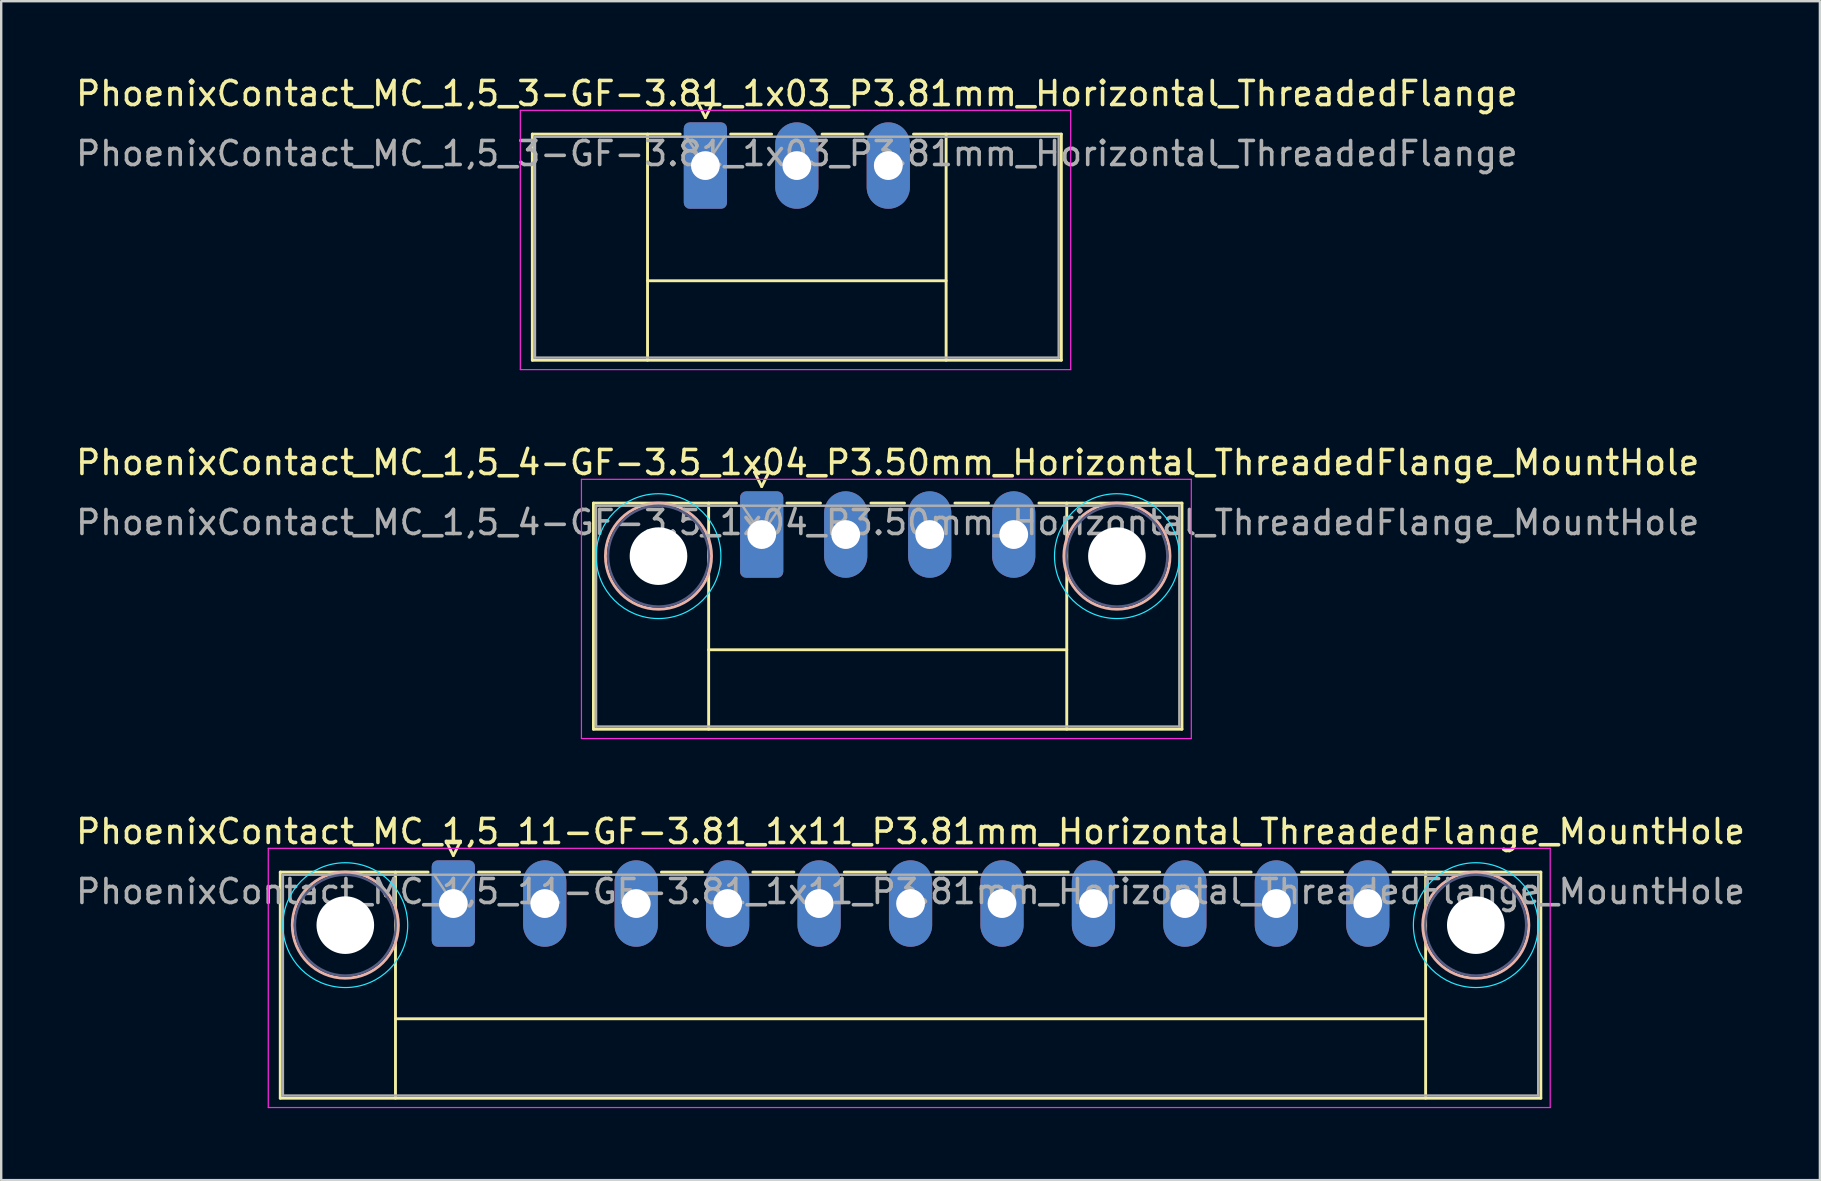
<source format=kicad_pcb>
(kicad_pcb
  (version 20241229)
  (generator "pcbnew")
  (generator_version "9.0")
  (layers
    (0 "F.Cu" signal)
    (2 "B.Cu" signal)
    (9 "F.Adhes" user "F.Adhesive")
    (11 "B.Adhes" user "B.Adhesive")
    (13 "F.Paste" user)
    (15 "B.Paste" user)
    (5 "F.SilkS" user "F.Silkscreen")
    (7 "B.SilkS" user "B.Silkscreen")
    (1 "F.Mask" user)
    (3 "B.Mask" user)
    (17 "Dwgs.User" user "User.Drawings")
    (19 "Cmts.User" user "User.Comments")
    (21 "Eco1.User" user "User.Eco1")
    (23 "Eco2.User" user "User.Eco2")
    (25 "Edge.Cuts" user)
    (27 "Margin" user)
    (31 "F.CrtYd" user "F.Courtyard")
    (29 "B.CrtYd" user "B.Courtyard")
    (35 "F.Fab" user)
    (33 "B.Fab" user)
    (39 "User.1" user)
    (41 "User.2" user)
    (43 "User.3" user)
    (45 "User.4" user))
  (footprint "PhoenixContact_MC_1,5_11-GF-3.81_1x11_P3.81mm_Horizontal_ThreadedFlange_MountHole"
    (layer "F.Cu")
    (at 15.837 34.595)
    (property "Reference" "PhoenixContact_MC_1,5_11-GF-3.81_1x11_P3.81mm_Horizontal_ThreadedFlange_MountHole" (at 19.05 -3 0) (layer "F.SilkS") (effects (font (size 1 1) (thickness 0.15))))
    (attr through_hole)
    (fp_line (start -7.21 -1.31) (end -7.21 8.11) (stroke (width 0.12) (type solid)) (layer "F.SilkS"))
    (fp_line (start -7.21 -1.31) (end -1.05 -1.31) (stroke (width 0.12) (type solid)) (layer "F.SilkS"))
    (fp_line (start -7.21 8.11) (end 45.31 8.11) (stroke (width 0.12) (type solid)) (layer "F.SilkS"))
    (fp_line (start -2.41 -1.31) (end -2.41 8.11) (stroke (width 0.12) (type solid)) (layer "F.SilkS"))
    (fp_line (start -2.41 4.8) (end 40.51 4.8) (stroke (width 0.12) (type solid)) (layer "F.SilkS"))
    (fp_line (start -0.3 -2.6) (end 0.3 -2.6) (stroke (width 0.12) (type solid)) (layer "F.SilkS"))
    (fp_line (start 0 -2) (end -0.3 -2.6) (stroke (width 0.12) (type solid)) (layer "F.SilkS"))
    (fp_line (start 0.3 -2.6) (end 0 -2) (stroke (width 0.12) (type solid)) (layer "F.SilkS"))
    (fp_line (start 1.05 -1.31) (end 2.76 -1.31) (stroke (width 0.12) (type solid)) (layer "F.SilkS"))
    (fp_line (start 4.86 -1.31) (end 6.57 -1.31) (stroke (width 0.12) (type solid)) (layer "F.SilkS"))
    (fp_line (start 8.67 -1.31) (end 10.38 -1.31) (stroke (width 0.12) (type solid)) (layer "F.SilkS"))
    (fp_line (start 12.48 -1.31) (end 14.19 -1.31) (stroke (width 0.12) (type solid)) (layer "F.SilkS"))
    (fp_line (start 16.29 -1.31) (end 18 -1.31) (stroke (width 0.12) (type solid)) (layer "F.SilkS"))
    (fp_line (start 20.1 -1.31) (end 21.81 -1.31) (stroke (width 0.12) (type solid)) (layer "F.SilkS"))
    (fp_line (start 23.91 -1.31) (end 25.62 -1.31) (stroke (width 0.12) (type solid)) (layer "F.SilkS"))
    (fp_line (start 27.72 -1.31) (end 29.43 -1.31) (stroke (width 0.12) (type solid)) (layer "F.SilkS"))
    (fp_line (start 31.53 -1.31) (end 33.24 -1.31) (stroke (width 0.12) (type solid)) (layer "F.SilkS"))
    (fp_line (start 35.34 -1.31) (end 37.05 -1.31) (stroke (width 0.12) (type solid)) (layer "F.SilkS"))
    (fp_line (start 40.51 -1.31) (end 40.51 8.11) (stroke (width 0.12) (type solid)) (layer "F.SilkS"))
    (fp_line (start 45.31 -1.31) (end 39.15 -1.31) (stroke (width 0.12) (type solid)) (layer "F.SilkS"))
    (fp_line (start 45.31 8.11) (end 45.31 -1.31) (stroke (width 0.12) (type solid)) (layer "F.SilkS"))
    (fp_circle (center -4.5 0.9) (end -2.29 0.9) (stroke (width 0.12) (type solid)) (fill no) (layer "B.SilkS"))
    (fp_circle (center 42.6 0.9) (end 44.81 0.9) (stroke (width 0.12) (type solid)) (fill no) (layer "B.SilkS"))
    (fp_circle (center -4.5 0.9) (end -1.9 0.9) (stroke (width 0.05) (type solid)) (fill no) (layer "B.CrtYd"))
    (fp_circle (center 42.6 0.9) (end 45.2 0.9) (stroke (width 0.05) (type solid)) (fill no) (layer "B.CrtYd"))
    (fp_line (start -7.71 -2.3) (end -7.71 8.5) (stroke (width 0.05) (type solid)) (layer "F.CrtYd"))
    (fp_line (start -7.71 8.5) (end 45.7 8.5) (stroke (width 0.05) (type solid)) (layer "F.CrtYd"))
    (fp_line (start 45.7 -2.3) (end -7.71 -2.3) (stroke (width 0.05) (type solid)) (layer "F.CrtYd"))
    (fp_line (start 45.7 8.5) (end 45.7 -2.3) (stroke (width 0.05) (type solid)) (layer "F.CrtYd"))
    (fp_circle (center -4.5 0.9) (end -2.4 0.9) (stroke (width 0.1) (type solid)) (fill no) (layer "B.Fab"))
    (fp_circle (center 42.6 0.9) (end 44.7 0.9) (stroke (width 0.1) (type solid)) (fill no) (layer "B.Fab"))
    (fp_line (start -7.1 -1.2) (end -7.1 8) (stroke (width 0.1) (type solid)) (layer "F.Fab"))
    (fp_line (start -7.1 8) (end 45.2 8) (stroke (width 0.1) (type solid)) (layer "F.Fab"))
    (fp_line (start 0 0) (end -0.8 -1.2) (stroke (width 0.1) (type solid)) (layer "F.Fab"))
    (fp_line (start 0.8 -1.2) (end 0 0) (stroke (width 0.1) (type solid)) (layer "F.Fab"))
    (fp_line (start 45.2 -1.2) (end -7.1 -1.2) (stroke (width 0.1) (type solid)) (layer "F.Fab"))
    (fp_line (start 45.2 8) (end 45.2 -1.2) (stroke (width 0.1) (type solid)) (layer "F.Fab"))
    (fp_text user "${REFERENCE}" (at 19.05 -0.5 0) (layer "F.Fab") (effects (font (size 1 1) (thickness 0.15))))
    (pad "" np_thru_hole circle (at -4.5 0.9) (size 2.4 2.4) (drill 2.4) (layers "*.Cu" "*.Mask"))
    (pad "" np_thru_hole circle (at 42.6 0.9) (size 2.4 2.4) (drill 2.4) (layers "*.Cu" "*.Mask"))
    (pad "1" thru_hole roundrect (at 0 0) (size 1.8 3.6) (drill 1.2) (layers "*.Cu" "*.Mask") (roundrect_rratio 0.139))
    (pad "2" thru_hole oval (at 3.81 0) (size 1.8 3.6) (drill 1.2) (layers "*.Cu" "*.Mask"))
    (pad "3" thru_hole oval (at 7.62 0) (size 1.8 3.6) (drill 1.2) (layers "*.Cu" "*.Mask"))
    (pad "4" thru_hole oval (at 11.43 0) (size 1.8 3.6) (drill 1.2) (layers "*.Cu" "*.Mask"))
    (pad "5" thru_hole oval (at 15.24 0) (size 1.8 3.6) (drill 1.2) (layers "*.Cu" "*.Mask"))
    (pad "6" thru_hole oval (at 19.05 0) (size 1.8 3.6) (drill 1.2) (layers "*.Cu" "*.Mask"))
    (pad "7" thru_hole oval (at 22.86 0) (size 1.8 3.6) (drill 1.2) (layers "*.Cu" "*.Mask"))
    (pad "8" thru_hole oval (at 26.67 0) (size 1.8 3.6) (drill 1.2) (layers "*.Cu" "*.Mask"))
    (pad "9" thru_hole oval (at 30.48 0) (size 1.8 3.6) (drill 1.2) (layers "*.Cu" "*.Mask"))
    (pad "10" thru_hole oval (at 34.29 0) (size 1.8 3.6) (drill 1.2) (layers "*.Cu" "*.Mask"))
    (pad "11" thru_hole oval (at 38.1 0) (size 1.8 3.6) (drill 1.2) (layers "*.Cu" "*.Mask")))
  (footprint "PhoenixContact_MC_1,5_3-GF-3.81_1x03_P3.81mm_Horizontal_ThreadedFlange"
    (layer "F.Cu")
    (at 26.339 3.848)
    (property "Reference" "PhoenixContact_MC_1,5_3-GF-3.81_1x03_P3.81mm_Horizontal_ThreadedFlange" (at 3.81 -3 0) (layer "F.SilkS") (effects (font (size 1 1) (thickness 0.15))))
    (attr through_hole)
    (fp_line (start -7.21 -1.31) (end -7.21 8.11) (stroke (width 0.12) (type solid)) (layer "F.SilkS"))
    (fp_line (start -7.21 -1.31) (end -1.05 -1.31) (stroke (width 0.12) (type solid)) (layer "F.SilkS"))
    (fp_line (start -7.21 8.11) (end 14.83 8.11) (stroke (width 0.12) (type solid)) (layer "F.SilkS"))
    (fp_line (start -2.41 -1.31) (end -2.41 8.11) (stroke (width 0.12) (type solid)) (layer "F.SilkS"))
    (fp_line (start -2.41 4.8) (end 10.03 4.8) (stroke (width 0.12) (type solid)) (layer "F.SilkS"))
    (fp_line (start -0.3 -2.6) (end 0.3 -2.6) (stroke (width 0.12) (type solid)) (layer "F.SilkS"))
    (fp_line (start 0 -2) (end -0.3 -2.6) (stroke (width 0.12) (type solid)) (layer "F.SilkS"))
    (fp_line (start 0.3 -2.6) (end 0 -2) (stroke (width 0.12) (type solid)) (layer "F.SilkS"))
    (fp_line (start 1.05 -1.31) (end 2.76 -1.31) (stroke (width 0.12) (type solid)) (layer "F.SilkS"))
    (fp_line (start 4.86 -1.31) (end 6.57 -1.31) (stroke (width 0.12) (type solid)) (layer "F.SilkS"))
    (fp_line (start 10.03 -1.31) (end 10.03 8.11) (stroke (width 0.12) (type solid)) (layer "F.SilkS"))
    (fp_line (start 14.83 -1.31) (end 8.67 -1.31) (stroke (width 0.12) (type solid)) (layer "F.SilkS"))
    (fp_line (start 14.83 8.11) (end 14.83 -1.31) (stroke (width 0.12) (type solid)) (layer "F.SilkS"))
    (fp_line (start -7.71 -2.3) (end -7.71 8.5) (stroke (width 0.05) (type solid)) (layer "F.CrtYd"))
    (fp_line (start -7.71 8.5) (end 15.22 8.5) (stroke (width 0.05) (type solid)) (layer "F.CrtYd"))
    (fp_line (start 15.22 -2.3) (end -7.71 -2.3) (stroke (width 0.05) (type solid)) (layer "F.CrtYd"))
    (fp_line (start 15.22 8.5) (end 15.22 -2.3) (stroke (width 0.05) (type solid)) (layer "F.CrtYd"))
    (fp_line (start -7.1 -1.2) (end -7.1 8) (stroke (width 0.1) (type solid)) (layer "F.Fab"))
    (fp_line (start -7.1 8) (end 14.72 8) (stroke (width 0.1) (type solid)) (layer "F.Fab"))
    (fp_line (start 0 0) (end -0.8 -1.2) (stroke (width 0.1) (type solid)) (layer "F.Fab"))
    (fp_line (start 0.8 -1.2) (end 0 0) (stroke (width 0.1) (type solid)) (layer "F.Fab"))
    (fp_line (start 14.72 -1.2) (end -7.1 -1.2) (stroke (width 0.1) (type solid)) (layer "F.Fab"))
    (fp_line (start 14.72 8) (end 14.72 -1.2) (stroke (width 0.1) (type solid)) (layer "F.Fab"))
    (fp_text user "${REFERENCE}" (at 3.81 -0.5 0) (layer "F.Fab") (effects (font (size 1 1) (thickness 0.15))))
    (pad "1" thru_hole roundrect (at 0 0) (size 1.8 3.6) (drill 1.2) (layers "*.Cu" "*.Mask") (roundrect_rratio 0.139))
    (pad "2" thru_hole oval (at 3.81 0) (size 1.8 3.6) (drill 1.2) (layers "*.Cu" "*.Mask"))
    (pad "3" thru_hole oval (at 7.62 0) (size 1.8 3.6) (drill 1.2) (layers "*.Cu" "*.Mask")))
  (footprint "PhoenixContact_MC_1,5_4-GF-3.5_1x04_P3.50mm_Horizontal_ThreadedFlange_MountHole"
    (layer "F.Cu")
    (at 28.685 19.221)
    (property "Reference" "PhoenixContact_MC_1,5_4-GF-3.5_1x04_P3.50mm_Horizontal_ThreadedFlange_MountHole" (at 5.25 -3 0) (layer "F.SilkS") (effects (font (size 1 1) (thickness 0.15))))
    (attr through_hole)
    (fp_line (start -7.01 -1.31) (end -7.01 8.11) (stroke (width 0.12) (type solid)) (layer "F.SilkS"))
    (fp_line (start -7.01 -1.31) (end -1.05 -1.31) (stroke (width 0.12) (type solid)) (layer "F.SilkS"))
    (fp_line (start -7.01 8.11) (end 17.51 8.11) (stroke (width 0.12) (type solid)) (layer "F.SilkS"))
    (fp_line (start -2.21 -1.31) (end -2.21 8.11) (stroke (width 0.12) (type solid)) (layer "F.SilkS"))
    (fp_line (start -2.21 4.8) (end 12.71 4.8) (stroke (width 0.12) (type solid)) (layer "F.SilkS"))
    (fp_line (start -0.3 -2.6) (end 0.3 -2.6) (stroke (width 0.12) (type solid)) (layer "F.SilkS"))
    (fp_line (start 0 -2) (end -0.3 -2.6) (stroke (width 0.12) (type solid)) (layer "F.SilkS"))
    (fp_line (start 0.3 -2.6) (end 0 -2) (stroke (width 0.12) (type solid)) (layer "F.SilkS"))
    (fp_line (start 1.05 -1.31) (end 2.45 -1.31) (stroke (width 0.12) (type solid)) (layer "F.SilkS"))
    (fp_line (start 4.55 -1.31) (end 5.95 -1.31) (stroke (width 0.12) (type solid)) (layer "F.SilkS"))
    (fp_line (start 8.05 -1.31) (end 9.45 -1.31) (stroke (width 0.12) (type solid)) (layer "F.SilkS"))
    (fp_line (start 12.71 -1.31) (end 12.71 8.11) (stroke (width 0.12) (type solid)) (layer "F.SilkS"))
    (fp_line (start 17.51 -1.31) (end 11.55 -1.31) (stroke (width 0.12) (type solid)) (layer "F.SilkS"))
    (fp_line (start 17.51 8.11) (end 17.51 -1.31) (stroke (width 0.12) (type solid)) (layer "F.SilkS"))
    (fp_circle (center -4.3 0.9) (end -2.09 0.9) (stroke (width 0.12) (type solid)) (fill no) (layer "B.SilkS"))
    (fp_circle (center 14.8 0.9) (end 17.01 0.9) (stroke (width 0.12) (type solid)) (fill no) (layer "B.SilkS"))
    (fp_circle (center -4.3 0.9) (end -1.7 0.9) (stroke (width 0.05) (type solid)) (fill no) (layer "B.CrtYd"))
    (fp_circle (center 14.8 0.9) (end 17.4 0.9) (stroke (width 0.05) (type solid)) (fill no) (layer "B.CrtYd"))
    (fp_line (start -7.51 -2.3) (end -7.51 8.5) (stroke (width 0.05) (type solid)) (layer "F.CrtYd"))
    (fp_line (start -7.51 8.5) (end 17.9 8.5) (stroke (width 0.05) (type solid)) (layer "F.CrtYd"))
    (fp_line (start 17.9 -2.3) (end -7.51 -2.3) (stroke (width 0.05) (type solid)) (layer "F.CrtYd"))
    (fp_line (start 17.9 8.5) (end 17.9 -2.3) (stroke (width 0.05) (type solid)) (layer "F.CrtYd"))
    (fp_circle (center -4.3 0.9) (end -2.2 0.9) (stroke (width 0.1) (type solid)) (fill no) (layer "B.Fab"))
    (fp_circle (center 14.8 0.9) (end 16.9 0.9) (stroke (width 0.1) (type solid)) (fill no) (layer "B.Fab"))
    (fp_line (start -6.9 -1.2) (end -6.9 8) (stroke (width 0.1) (type solid)) (layer "F.Fab"))
    (fp_line (start -6.9 8) (end 17.4 8) (stroke (width 0.1) (type solid)) (layer "F.Fab"))
    (fp_line (start 0 0) (end -0.8 -1.2) (stroke (width 0.1) (type solid)) (layer "F.Fab"))
    (fp_line (start 0.8 -1.2) (end 0 0) (stroke (width 0.1) (type solid)) (layer "F.Fab"))
    (fp_line (start 17.4 -1.2) (end -6.9 -1.2) (stroke (width 0.1) (type solid)) (layer "F.Fab"))
    (fp_line (start 17.4 8) (end 17.4 -1.2) (stroke (width 0.1) (type solid)) (layer "F.Fab"))
    (fp_text user "${REFERENCE}" (at 5.25 -0.5 0) (layer "F.Fab") (effects (font (size 1 1) (thickness 0.15))))
    (pad "" np_thru_hole circle (at -4.3 0.9) (size 2.4 2.4) (drill 2.4) (layers "*.Cu" "*.Mask"))
    (pad "" np_thru_hole circle (at 14.8 0.9) (size 2.4 2.4) (drill 2.4) (layers "*.Cu" "*.Mask"))
    (pad "1" thru_hole roundrect (at 0 0) (size 1.8 3.6) (drill 1.2) (layers "*.Cu" "*.Mask") (roundrect_rratio 0.139))
    (pad "2" thru_hole oval (at 3.5 0) (size 1.8 3.6) (drill 1.2) (layers "*.Cu" "*.Mask"))
    (pad "3" thru_hole oval (at 7 0) (size 1.8 3.6) (drill 1.2) (layers "*.Cu" "*.Mask"))
    (pad "4" thru_hole oval (at 10.5 0) (size 1.8 3.6) (drill 1.2) (layers "*.Cu" "*.Mask")))
  (gr_rect
    (start -3 -3)
    (end 72.774 46.12)
    (stroke (width 0.1) (type default))
    (fill no)
    (layer "Edge.Cuts")))
</source>
